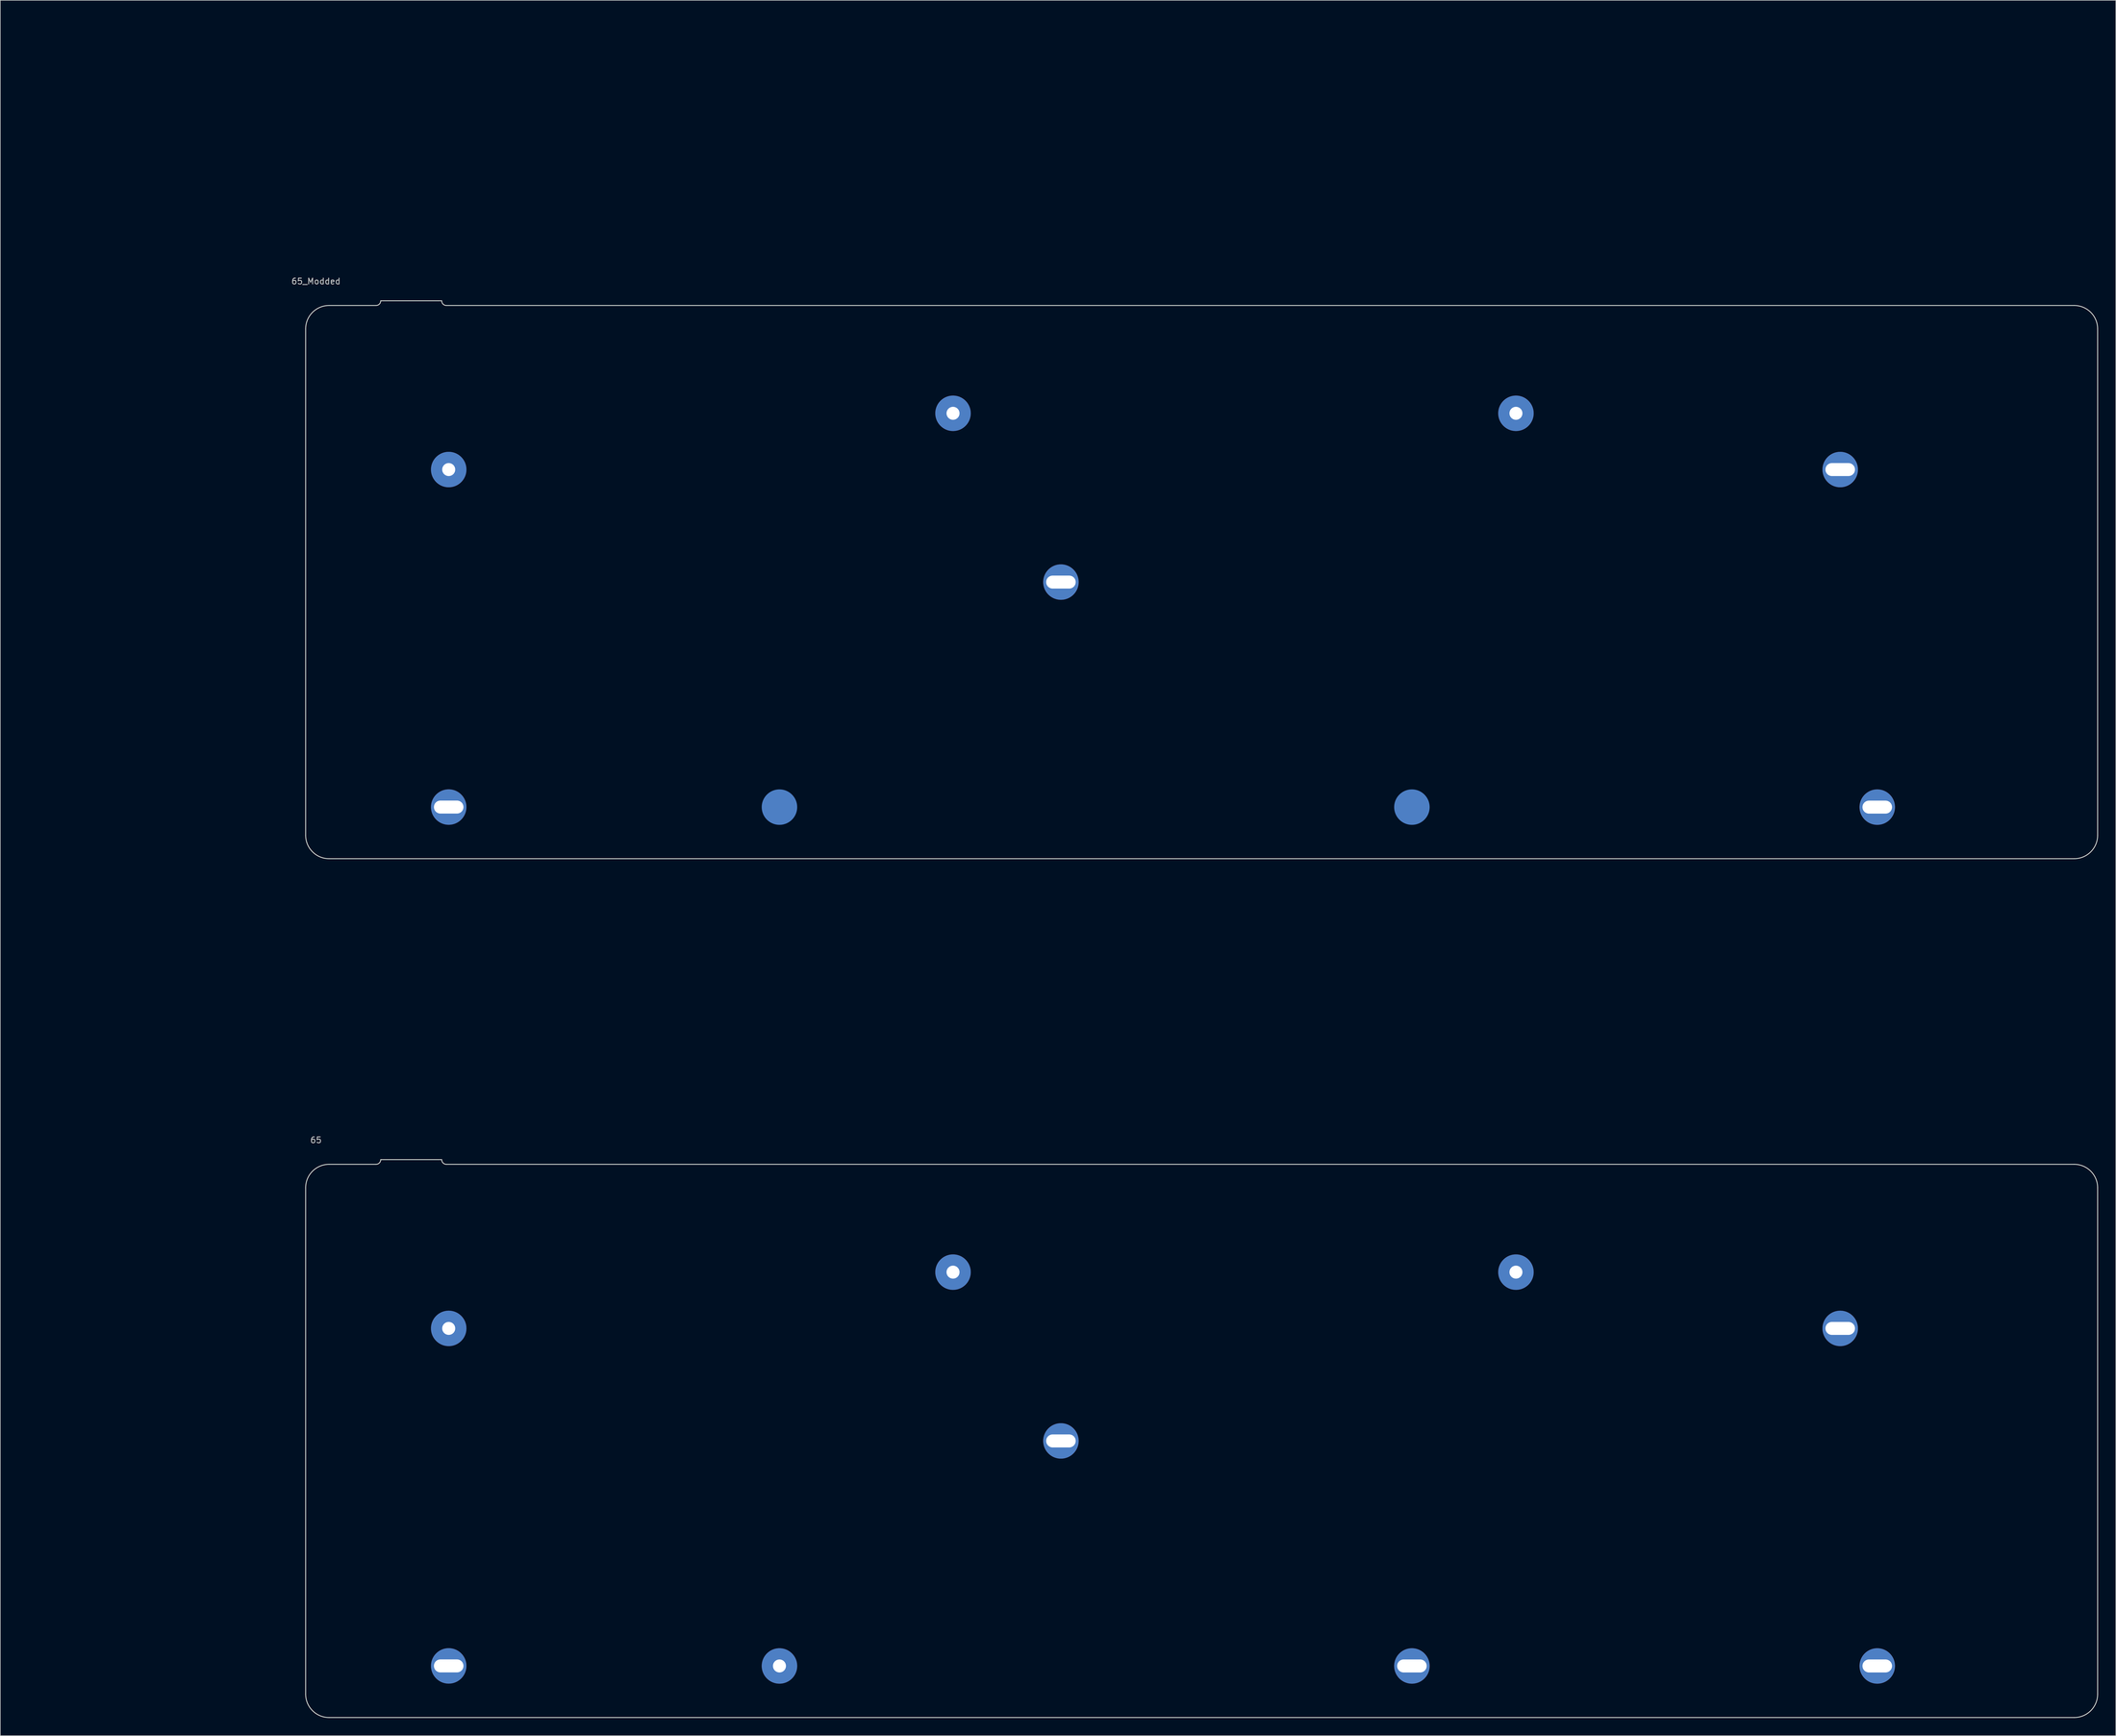
<source format=kicad_pcb>
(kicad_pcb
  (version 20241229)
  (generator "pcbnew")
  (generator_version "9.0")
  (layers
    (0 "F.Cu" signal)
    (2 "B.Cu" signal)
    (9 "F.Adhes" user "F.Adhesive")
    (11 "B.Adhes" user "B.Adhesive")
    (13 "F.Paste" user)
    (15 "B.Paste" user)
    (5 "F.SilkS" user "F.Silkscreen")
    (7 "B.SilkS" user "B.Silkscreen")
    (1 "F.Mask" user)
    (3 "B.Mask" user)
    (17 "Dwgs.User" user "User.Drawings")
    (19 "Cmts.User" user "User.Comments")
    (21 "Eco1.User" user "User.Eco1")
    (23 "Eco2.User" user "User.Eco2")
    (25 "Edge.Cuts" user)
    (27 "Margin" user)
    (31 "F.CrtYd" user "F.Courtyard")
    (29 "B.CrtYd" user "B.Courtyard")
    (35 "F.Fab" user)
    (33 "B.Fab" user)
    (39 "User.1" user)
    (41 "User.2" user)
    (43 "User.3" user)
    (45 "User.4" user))
  (footprint "65"
    (layer "F.Cu")
    (at 0.25 145.656)
    (property "Reference" "65" (at 50.165 44.315 0) (layer "Dwgs.User") (effects (font (size 1 1) (thickness 0.15))))
    (attr through_hole)
    (fp_line (start 48.419 138.113) (end 48.419 52.388) (stroke (width 0.15) (type solid)) (layer "Edge.Cuts"))
    (fp_line (start 60.325 48.419) (end 52.388 48.419) (stroke (width 0.15) (type solid)) (layer "Edge.Cuts"))
    (fp_line (start 61.119 47.625) (end 71.438 47.625) (stroke (width 0.15) (type solid)) (layer "Edge.Cuts"))
    (fp_line (start 347.663 48.419) (end 72.231 48.419) (stroke (width 0.15) (type solid)) (layer "Edge.Cuts"))
    (fp_line (start 347.663 142.081) (end 52.388 142.081) (stroke (width 0.15) (type solid)) (layer "Edge.Cuts"))
    (fp_line (start 351.631 52.388) (end 351.631 138.113) (stroke (width 0.15) (type solid)) (layer "Edge.Cuts"))
    (fp_arc (start 48.41875 52.3875) (mid 49.58117 49.58117) (end 52.3875 48.41875) (stroke (width 0.15) (type solid)) (layer "Edge.Cuts"))
    (fp_arc (start 52.3875 142.08125) (mid 49.58117 140.91883) (end 48.41875 138.1125) (stroke (width 0.15) (type solid)) (layer "Edge.Cuts"))
    (fp_arc (start 61.11875 47.625) (mid 60.886266 48.186266) (end 60.325 48.41875) (stroke (width 0.15) (type solid)) (layer "Edge.Cuts"))
    (fp_arc (start 72.23125 48.41875) (mid 71.669984 48.186266) (end 71.4375 47.625) (stroke (width 0.15) (type solid)) (layer "Edge.Cuts"))
    (fp_arc (start 347.6625 48.41875) (mid 350.46883 49.58117) (end 351.63125 52.3875) (stroke (width 0.15) (type solid)) (layer "Edge.Cuts"))
    (fp_arc (start 351.63125 138.1125) (mid 350.46883 140.91883) (end 347.6625 142.08125) (stroke (width 0.15) (type solid)) (layer "Edge.Cuts"))
    (pad "1" thru_hole circle (at 72.623 76.2) (size 6 6) (drill 2.2) (layers "*.Cu" "*.Mask"))
    (pad "2" thru_hole circle (at 72.623 133.34) (size 6 6) (drill oval 5 2.2) (layers "*.Cu" "*.Mask"))
    (pad "3" thru_hole circle (at 128.588 133.35) (size 6 6) (drill 2.2) (layers "*.Cu" "*.Mask"))
    (pad "4" thru_hole circle (at 157.956 66.675) (size 6 6) (drill 2.2) (layers "*.Cu" "*.Mask"))
    (pad "5" thru_hole circle (at 176.213 95.25) (size 6 6) (drill oval 5 2.2) (layers "*.Cu" "*.Mask"))
    (pad "6" thru_hole circle (at 253.206 66.675) (size 6 6) (drill 2.2) (layers "*.Cu" "*.Mask"))
    (pad "7" thru_hole circle (at 235.602 133.35) (size 6 6) (drill oval 5 2.2) (layers "*.Cu" "*.Mask"))
    (pad "8" thru_hole circle (at 314.342 133.35) (size 6 6) (drill oval 5 2.2) (layers "*.Cu" "*.Mask"))
    (pad "9" thru_hole circle (at 308.072 76.2) (size 6 6) (drill oval 5 2.2) (layers "*.Cu" "*.Mask")))
  (footprint "65_Modded"
    (layer "F.Cu")
    (at 0.25 0.25)
    (property "Reference" "65_Modded" (at 50.165 44.315 0) (layer "Dwgs.User") (effects (font (size 1 1) (thickness 0.15))))
    (attr through_hole)
    (fp_line (start 48.419 138.113) (end 48.419 52.388) (stroke (width 0.15) (type solid)) (layer "Edge.Cuts"))
    (fp_line (start 60.325 48.419) (end 52.388 48.419) (stroke (width 0.15) (type solid)) (layer "Edge.Cuts"))
    (fp_line (start 61.119 47.625) (end 71.438 47.625) (stroke (width 0.15) (type solid)) (layer "Edge.Cuts"))
    (fp_line (start 347.663 48.419) (end 72.231 48.419) (stroke (width 0.15) (type solid)) (layer "Edge.Cuts"))
    (fp_line (start 347.663 142.081) (end 52.388 142.081) (stroke (width 0.15) (type solid)) (layer "Edge.Cuts"))
    (fp_line (start 351.631 52.388) (end 351.631 138.113) (stroke (width 0.15) (type solid)) (layer "Edge.Cuts"))
    (fp_arc (start 48.41875 52.3875) (mid 49.58117 49.58117) (end 52.3875 48.41875) (stroke (width 0.15) (type solid)) (layer "Edge.Cuts"))
    (fp_arc (start 52.3875 142.08125) (mid 49.58117 140.91883) (end 48.41875 138.1125) (stroke (width 0.15) (type solid)) (layer "Edge.Cuts"))
    (fp_arc (start 61.11875 47.625) (mid 60.886266 48.186266) (end 60.325 48.41875) (stroke (width 0.15) (type solid)) (layer "Edge.Cuts"))
    (fp_arc (start 72.23125 48.41875) (mid 71.669984 48.186266) (end 71.4375 47.625) (stroke (width 0.15) (type solid)) (layer "Edge.Cuts"))
    (fp_arc (start 347.6625 48.41875) (mid 350.46883 49.58117) (end 351.63125 52.3875) (stroke (width 0.15) (type solid)) (layer "Edge.Cuts"))
    (fp_arc (start 351.63125 138.1125) (mid 350.46883 140.91883) (end 347.6625 142.08125) (stroke (width 0.15) (type solid)) (layer "Edge.Cuts"))
    (pad "1" thru_hole circle (at 72.623 76.2) (size 6 6) (drill 2.2) (layers "*.Cu" "*.Mask"))
    (pad "2" thru_hole circle (at 72.623 133.34) (size 6 6) (drill oval 5 2.2) (layers "*.Cu" "*.Mask"))
    (pad "3" smd circle (at 128.588 133.35) (size 6 6) (layers "B.Cu" "B.Mask"))
    (pad "4" thru_hole circle (at 157.956 66.675) (size 6 6) (drill 2.2) (layers "*.Cu" "*.Mask"))
    (pad "5" thru_hole circle (at 176.213 95.25) (size 6 6) (drill oval 5 2.2) (layers "*.Cu" "*.Mask"))
    (pad "6" thru_hole circle (at 253.206 66.675) (size 6 6) (drill 2.2) (layers "*.Cu" "*.Mask"))
    (pad "7" smd circle (at 235.602 133.35) (size 6 6) (layers "B.Cu" "B.Mask"))
    (pad "8" thru_hole circle (at 314.342 133.35) (size 6 6) (drill oval 5 2.2) (layers "*.Cu" "*.Mask"))
    (pad "9" thru_hole circle (at 308.072 76.2) (size 6 6) (drill oval 5 2.2) (layers "*.Cu" "*.Mask")))
  (gr_rect
    (start -3 -3)
    (end 354.956 290.812)
    (stroke (width 0.1) (type default))
    (fill no)
    (layer "Edge.Cuts")))
</source>
